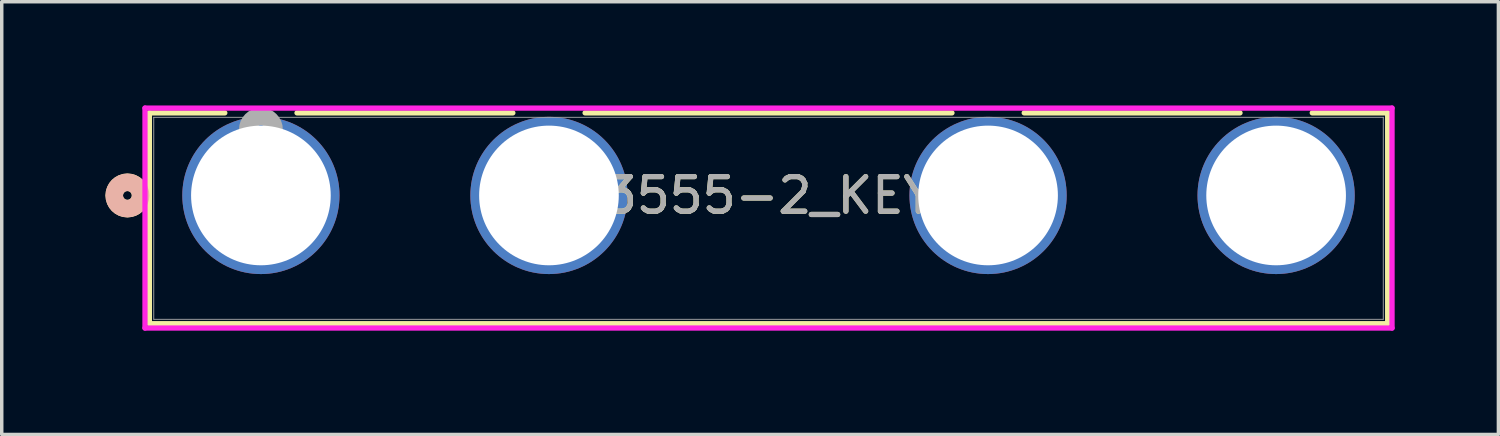
<source format=kicad_pcb>
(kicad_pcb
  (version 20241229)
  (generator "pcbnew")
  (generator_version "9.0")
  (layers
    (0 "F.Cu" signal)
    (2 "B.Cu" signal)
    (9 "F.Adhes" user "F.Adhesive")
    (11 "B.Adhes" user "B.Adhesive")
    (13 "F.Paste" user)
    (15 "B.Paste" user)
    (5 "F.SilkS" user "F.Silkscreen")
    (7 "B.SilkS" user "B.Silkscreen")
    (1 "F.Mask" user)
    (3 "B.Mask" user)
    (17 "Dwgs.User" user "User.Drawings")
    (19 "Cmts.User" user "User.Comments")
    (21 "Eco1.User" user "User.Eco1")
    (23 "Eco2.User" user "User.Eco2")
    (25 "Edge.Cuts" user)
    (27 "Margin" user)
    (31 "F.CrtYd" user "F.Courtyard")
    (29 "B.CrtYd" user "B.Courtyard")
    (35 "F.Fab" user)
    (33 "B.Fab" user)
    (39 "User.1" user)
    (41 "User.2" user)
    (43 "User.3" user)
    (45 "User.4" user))
  (footprint "3555-2_KEY"
    (layer "F.Cu")
    (at 4.496 2.603)
    (property "Reference" "3555-2_KEY" (at 14.681 0 0) (unlocked yes) (layer "F.SilkS") (effects (font (size 1 1) (thickness 0.15))))
    (attr through_hole)
    (fp_line (start -3.226 -2.388) (end -3.226 3.708) (stroke (width 0.152) (type solid)) (layer "F.SilkS"))
    (fp_line (start -3.226 3.708) (end 32.588 3.708) (stroke (width 0.152) (type solid)) (layer "F.SilkS"))
    (fp_line (start -1.044 -2.388) (end -3.226 -2.388) (stroke (width 0.152) (type solid)) (layer "F.SilkS"))
    (fp_line (start 7.287 -2.388) (end 1.044 -2.388) (stroke (width 0.152) (type solid)) (layer "F.SilkS"))
    (fp_line (start 19.987 -2.388) (end 9.376 -2.388) (stroke (width 0.152) (type solid)) (layer "F.SilkS"))
    (fp_line (start 28.318 -2.388) (end 22.076 -2.388) (stroke (width 0.152) (type solid)) (layer "F.SilkS"))
    (fp_line (start 32.588 -2.388) (end 30.407 -2.388) (stroke (width 0.152) (type solid)) (layer "F.SilkS"))
    (fp_line (start 32.588 3.708) (end 32.588 -2.388) (stroke (width 0.152) (type solid)) (layer "F.SilkS"))
    (fp_circle (center -3.861 0) (end -3.48 0) (stroke (width 0.508) (type solid)) (fill no) (layer "F.SilkS"))
    (fp_circle (center -3.861 0) (end -3.48 0) (stroke (width 0.508) (type solid)) (fill no) (layer "B.SilkS"))
    (fp_line (start -3.353 -2.527) (end -3.353 3.835) (stroke (width 0.152) (type solid)) (layer "F.CrtYd"))
    (fp_line (start -3.353 3.835) (end 32.715 3.835) (stroke (width 0.152) (type solid)) (layer "F.CrtYd"))
    (fp_line (start 32.715 -2.527) (end -3.353 -2.527) (stroke (width 0.152) (type solid)) (layer "F.CrtYd"))
    (fp_line (start 32.715 3.835) (end 32.715 -2.527) (stroke (width 0.152) (type solid)) (layer "F.CrtYd"))
    (fp_line (start -3.099 -2.261) (end -3.099 3.581) (stroke (width 0.025) (type solid)) (layer "F.Fab"))
    (fp_line (start -3.099 3.581) (end 32.461 3.581) (stroke (width 0.025) (type solid)) (layer "F.Fab"))
    (fp_line (start 32.461 -2.261) (end -3.099 -2.261) (stroke (width 0.025) (type solid)) (layer "F.Fab"))
    (fp_line (start 32.461 3.581) (end 32.461 -2.261) (stroke (width 0.025) (type solid)) (layer "F.Fab"))
    (fp_circle (center 0 -1.905) (end 0.381 -1.905) (stroke (width 0.508) (type solid)) (fill no) (layer "F.Fab"))
    (fp_text user "${REFERENCE}" (at 14.681 0 0) (unlocked yes) (layer "F.Fab") (effects (font (size 1 1) (thickness 0.15))))
    (pad "1" thru_hole circle (at 0 0) (size 4.547 4.547) (drill 4.039) (layers "*.Cu" "*.Mask"))
    (pad "2" thru_hole circle (at 8.331 0) (size 4.547 4.547) (drill 4.039) (layers "*.Cu" "*.Mask"))
    (pad "3" thru_hole circle (at 29.362 0) (size 4.547 4.547) (drill 4.039) (layers "*.Cu" "*.Mask"))
    (pad "4" thru_hole circle (at 21.031 0) (size 4.547 4.547) (drill 4.039) (layers "*.Cu" "*.Mask")))
  (gr_rect
    (start -3 -3)
    (end 40.287 9.515)
    (stroke (width 0.1) (type default))
    (fill no)
    (layer "Edge.Cuts")))
</source>
